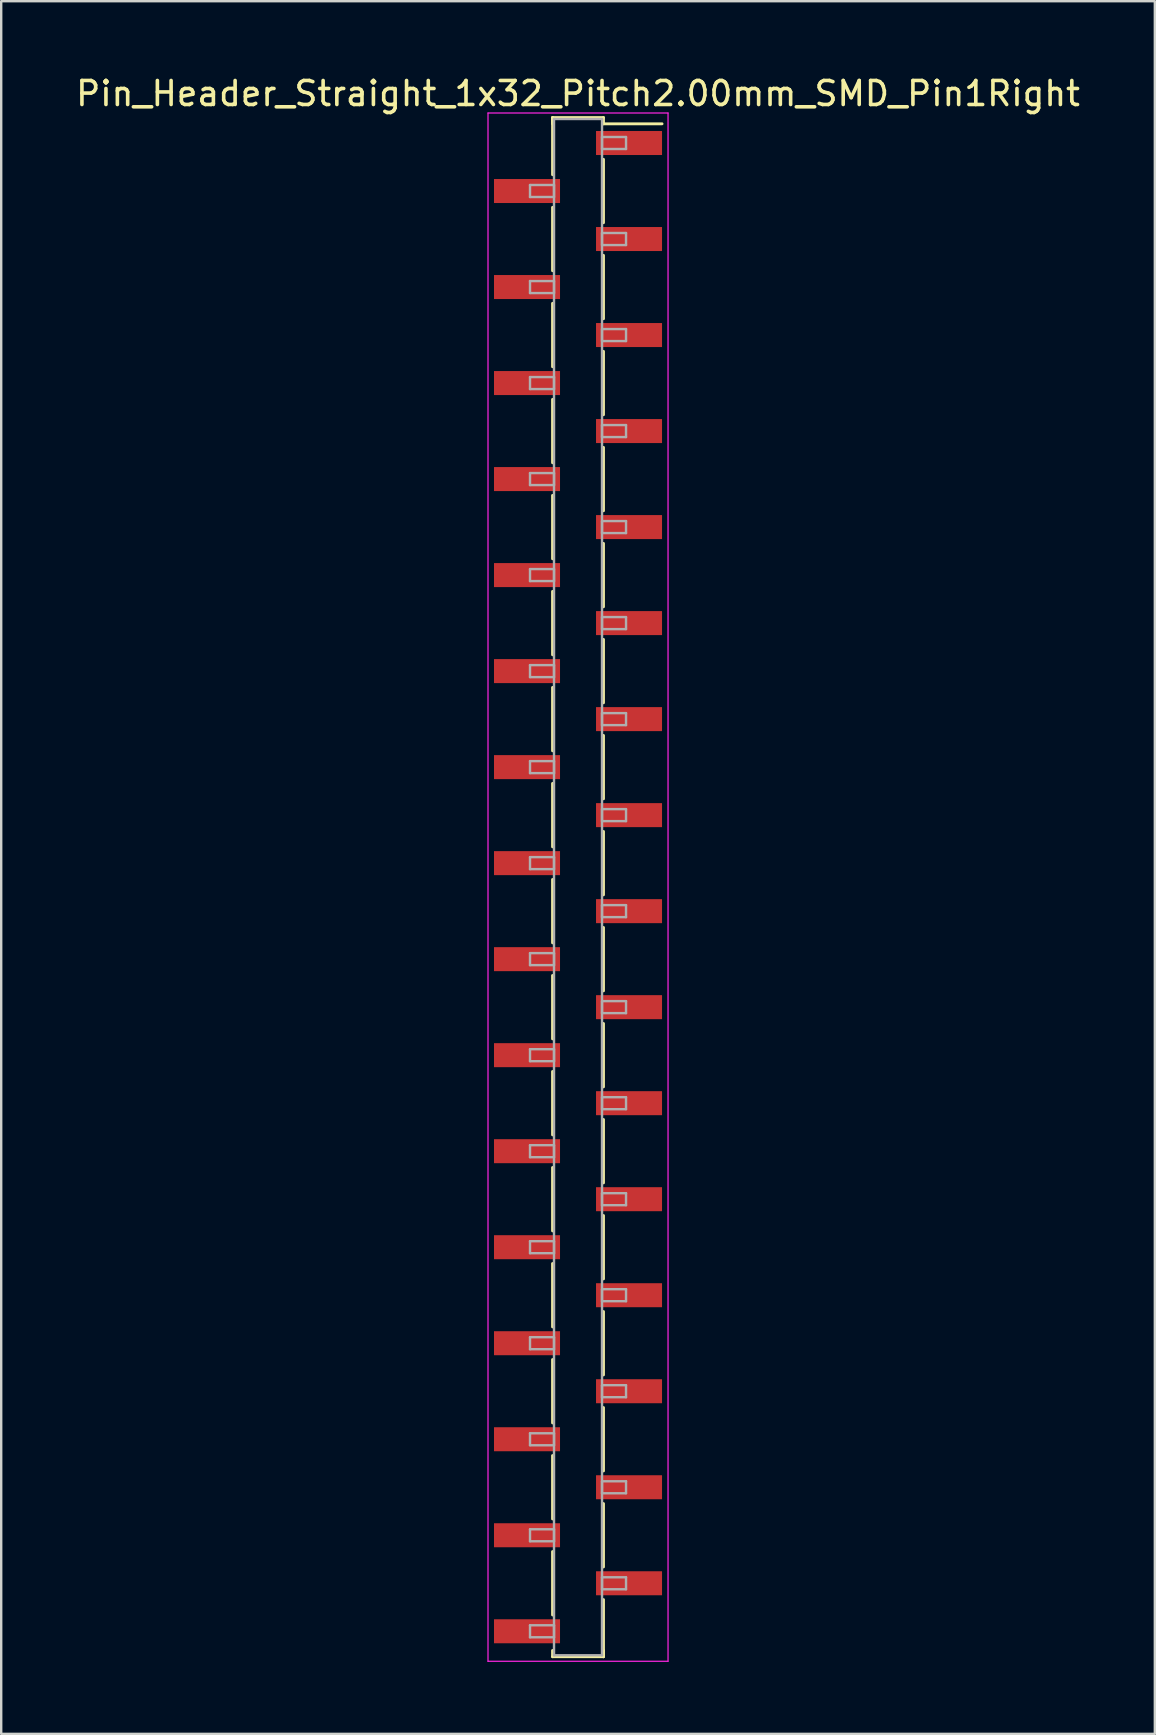
<source format=kicad_pcb>
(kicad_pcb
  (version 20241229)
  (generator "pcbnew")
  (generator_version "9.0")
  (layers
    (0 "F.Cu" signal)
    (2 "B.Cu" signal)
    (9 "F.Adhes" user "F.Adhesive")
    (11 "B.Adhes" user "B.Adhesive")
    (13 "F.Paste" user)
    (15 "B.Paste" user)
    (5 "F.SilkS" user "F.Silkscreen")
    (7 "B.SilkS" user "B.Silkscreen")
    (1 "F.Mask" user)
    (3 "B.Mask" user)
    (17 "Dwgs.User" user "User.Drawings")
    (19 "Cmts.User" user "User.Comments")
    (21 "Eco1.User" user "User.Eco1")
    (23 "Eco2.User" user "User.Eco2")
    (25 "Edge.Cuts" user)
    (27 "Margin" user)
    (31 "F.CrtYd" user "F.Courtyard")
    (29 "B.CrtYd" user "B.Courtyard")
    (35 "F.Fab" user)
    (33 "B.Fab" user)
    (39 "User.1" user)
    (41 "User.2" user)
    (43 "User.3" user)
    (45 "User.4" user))
  (footprint "Pin_Header_Straight_1x32_Pitch2.00mm_SMD_Pin1Right"
    (layer "F.Cu")
    (at 21.03 33.908)
    (property "Reference" "Pin_Header_Straight_1x32_Pitch2.00mm_SMD_Pin1Right" (at 0 -33.06 0) (layer "F.SilkS") (effects (font (size 1 1) (thickness 0.15))))
    (attr smd)
    (fp_line (start -1.06 -32.06) (end -1.06 -29.68) (stroke (width 0.12) (type solid)) (layer "F.SilkS"))
    (fp_line (start -1.06 -32.06) (end 1.06 -32.06) (stroke (width 0.12) (type solid)) (layer "F.SilkS"))
    (fp_line (start -1.06 -31.8) (end -1.06 -32.06) (stroke (width 0.12) (type solid)) (layer "F.SilkS"))
    (fp_line (start -1.06 -28.32) (end -1.06 -25.68) (stroke (width 0.12) (type solid)) (layer "F.SilkS"))
    (fp_line (start -1.06 -24.32) (end -1.06 -21.68) (stroke (width 0.12) (type solid)) (layer "F.SilkS"))
    (fp_line (start -1.06 -20.32) (end -1.06 -17.68) (stroke (width 0.12) (type solid)) (layer "F.SilkS"))
    (fp_line (start -1.06 -16.32) (end -1.06 -13.68) (stroke (width 0.12) (type solid)) (layer "F.SilkS"))
    (fp_line (start -1.06 -12.32) (end -1.06 -9.68) (stroke (width 0.12) (type solid)) (layer "F.SilkS"))
    (fp_line (start -1.06 -8.32) (end -1.06 -5.68) (stroke (width 0.12) (type solid)) (layer "F.SilkS"))
    (fp_line (start -1.06 -4.32) (end -1.06 -1.68) (stroke (width 0.12) (type solid)) (layer "F.SilkS"))
    (fp_line (start -1.06 -0.32) (end -1.06 2.32) (stroke (width 0.12) (type solid)) (layer "F.SilkS"))
    (fp_line (start -1.06 3.68) (end -1.06 6.32) (stroke (width 0.12) (type solid)) (layer "F.SilkS"))
    (fp_line (start -1.06 7.68) (end -1.06 10.32) (stroke (width 0.12) (type solid)) (layer "F.SilkS"))
    (fp_line (start -1.06 11.68) (end -1.06 14.32) (stroke (width 0.12) (type solid)) (layer "F.SilkS"))
    (fp_line (start -1.06 15.68) (end -1.06 18.32) (stroke (width 0.12) (type solid)) (layer "F.SilkS"))
    (fp_line (start -1.06 19.68) (end -1.06 22.32) (stroke (width 0.12) (type solid)) (layer "F.SilkS"))
    (fp_line (start -1.06 23.68) (end -1.06 26.32) (stroke (width 0.12) (type solid)) (layer "F.SilkS"))
    (fp_line (start -1.06 27.68) (end -1.06 30.32) (stroke (width 0.12) (type solid)) (layer "F.SilkS"))
    (fp_line (start -1.06 31.8) (end -1.06 32.06) (stroke (width 0.12) (type solid)) (layer "F.SilkS"))
    (fp_line (start -1.06 32.06) (end 1.06 32.06) (stroke (width 0.12) (type solid)) (layer "F.SilkS"))
    (fp_line (start 1.06 -32.06) (end 1.06 -31.8) (stroke (width 0.12) (type solid)) (layer "F.SilkS"))
    (fp_line (start 1.06 -31.8) (end 3.5 -31.8) (stroke (width 0.12) (type solid)) (layer "F.SilkS"))
    (fp_line (start 1.06 -30.32) (end 1.06 -27.68) (stroke (width 0.12) (type solid)) (layer "F.SilkS"))
    (fp_line (start 1.06 -26.32) (end 1.06 -23.68) (stroke (width 0.12) (type solid)) (layer "F.SilkS"))
    (fp_line (start 1.06 -22.32) (end 1.06 -19.68) (stroke (width 0.12) (type solid)) (layer "F.SilkS"))
    (fp_line (start 1.06 -18.32) (end 1.06 -15.68) (stroke (width 0.12) (type solid)) (layer "F.SilkS"))
    (fp_line (start 1.06 -14.32) (end 1.06 -11.68) (stroke (width 0.12) (type solid)) (layer "F.SilkS"))
    (fp_line (start 1.06 -10.32) (end 1.06 -7.68) (stroke (width 0.12) (type solid)) (layer "F.SilkS"))
    (fp_line (start 1.06 -6.32) (end 1.06 -3.68) (stroke (width 0.12) (type solid)) (layer "F.SilkS"))
    (fp_line (start 1.06 -2.32) (end 1.06 0.32) (stroke (width 0.12) (type solid)) (layer "F.SilkS"))
    (fp_line (start 1.06 1.68) (end 1.06 4.32) (stroke (width 0.12) (type solid)) (layer "F.SilkS"))
    (fp_line (start 1.06 5.68) (end 1.06 8.32) (stroke (width 0.12) (type solid)) (layer "F.SilkS"))
    (fp_line (start 1.06 9.68) (end 1.06 12.32) (stroke (width 0.12) (type solid)) (layer "F.SilkS"))
    (fp_line (start 1.06 13.68) (end 1.06 16.32) (stroke (width 0.12) (type solid)) (layer "F.SilkS"))
    (fp_line (start 1.06 17.68) (end 1.06 20.32) (stroke (width 0.12) (type solid)) (layer "F.SilkS"))
    (fp_line (start 1.06 21.68) (end 1.06 24.32) (stroke (width 0.12) (type solid)) (layer "F.SilkS"))
    (fp_line (start 1.06 25.68) (end 1.06 28.32) (stroke (width 0.12) (type solid)) (layer "F.SilkS"))
    (fp_line (start 1.06 29.68) (end 1.06 32.06) (stroke (width 0.12) (type solid)) (layer "F.SilkS"))
    (fp_line (start 1.06 32.06) (end 1.06 31.8) (stroke (width 0.12) (type solid)) (layer "F.SilkS"))
    (fp_line (start -3.75 -32.25) (end -3.75 32.25) (stroke (width 0.05) (type solid)) (layer "F.CrtYd"))
    (fp_line (start -3.75 32.25) (end 3.75 32.25) (stroke (width 0.05) (type solid)) (layer "F.CrtYd"))
    (fp_line (start 3.75 -32.25) (end -3.75 -32.25) (stroke (width 0.05) (type solid)) (layer "F.CrtYd"))
    (fp_line (start 3.75 32.25) (end 3.75 -32.25) (stroke (width 0.05) (type solid)) (layer "F.CrtYd"))
    (fp_line (start -2 -29.25) (end -1 -29.25) (stroke (width 0.1) (type solid)) (layer "F.Fab"))
    (fp_line (start -2 -28.75) (end -2 -29.25) (stroke (width 0.1) (type solid)) (layer "F.Fab"))
    (fp_line (start -2 -25.25) (end -1 -25.25) (stroke (width 0.1) (type solid)) (layer "F.Fab"))
    (fp_line (start -2 -24.75) (end -2 -25.25) (stroke (width 0.1) (type solid)) (layer "F.Fab"))
    (fp_line (start -2 -21.25) (end -1 -21.25) (stroke (width 0.1) (type solid)) (layer "F.Fab"))
    (fp_line (start -2 -20.75) (end -2 -21.25) (stroke (width 0.1) (type solid)) (layer "F.Fab"))
    (fp_line (start -2 -17.25) (end -1 -17.25) (stroke (width 0.1) (type solid)) (layer "F.Fab"))
    (fp_line (start -2 -16.75) (end -2 -17.25) (stroke (width 0.1) (type solid)) (layer "F.Fab"))
    (fp_line (start -2 -13.25) (end -1 -13.25) (stroke (width 0.1) (type solid)) (layer "F.Fab"))
    (fp_line (start -2 -12.75) (end -2 -13.25) (stroke (width 0.1) (type solid)) (layer "F.Fab"))
    (fp_line (start -2 -9.25) (end -1 -9.25) (stroke (width 0.1) (type solid)) (layer "F.Fab"))
    (fp_line (start -2 -8.75) (end -2 -9.25) (stroke (width 0.1) (type solid)) (layer "F.Fab"))
    (fp_line (start -2 -5.25) (end -1 -5.25) (stroke (width 0.1) (type solid)) (layer "F.Fab"))
    (fp_line (start -2 -4.75) (end -2 -5.25) (stroke (width 0.1) (type solid)) (layer "F.Fab"))
    (fp_line (start -2 -1.25) (end -1 -1.25) (stroke (width 0.1) (type solid)) (layer "F.Fab"))
    (fp_line (start -2 -0.75) (end -2 -1.25) (stroke (width 0.1) (type solid)) (layer "F.Fab"))
    (fp_line (start -2 2.75) (end -1 2.75) (stroke (width 0.1) (type solid)) (layer "F.Fab"))
    (fp_line (start -2 3.25) (end -2 2.75) (stroke (width 0.1) (type solid)) (layer "F.Fab"))
    (fp_line (start -2 6.75) (end -1 6.75) (stroke (width 0.1) (type solid)) (layer "F.Fab"))
    (fp_line (start -2 7.25) (end -2 6.75) (stroke (width 0.1) (type solid)) (layer "F.Fab"))
    (fp_line (start -2 10.75) (end -1 10.75) (stroke (width 0.1) (type solid)) (layer "F.Fab"))
    (fp_line (start -2 11.25) (end -2 10.75) (stroke (width 0.1) (type solid)) (layer "F.Fab"))
    (fp_line (start -2 14.75) (end -1 14.75) (stroke (width 0.1) (type solid)) (layer "F.Fab"))
    (fp_line (start -2 15.25) (end -2 14.75) (stroke (width 0.1) (type solid)) (layer "F.Fab"))
    (fp_line (start -2 18.75) (end -1 18.75) (stroke (width 0.1) (type solid)) (layer "F.Fab"))
    (fp_line (start -2 19.25) (end -2 18.75) (stroke (width 0.1) (type solid)) (layer "F.Fab"))
    (fp_line (start -2 22.75) (end -1 22.75) (stroke (width 0.1) (type solid)) (layer "F.Fab"))
    (fp_line (start -2 23.25) (end -2 22.75) (stroke (width 0.1) (type solid)) (layer "F.Fab"))
    (fp_line (start -2 26.75) (end -1 26.75) (stroke (width 0.1) (type solid)) (layer "F.Fab"))
    (fp_line (start -2 27.25) (end -2 26.75) (stroke (width 0.1) (type solid)) (layer "F.Fab"))
    (fp_line (start -2 30.75) (end -1 30.75) (stroke (width 0.1) (type solid)) (layer "F.Fab"))
    (fp_line (start -2 31.25) (end -2 30.75) (stroke (width 0.1) (type solid)) (layer "F.Fab"))
    (fp_line (start -1 -32) (end -1 32) (stroke (width 0.1) (type solid)) (layer "F.Fab"))
    (fp_line (start -1 -29.25) (end -1 -28.75) (stroke (width 0.1) (type solid)) (layer "F.Fab"))
    (fp_line (start -1 -28.75) (end -2 -28.75) (stroke (width 0.1) (type solid)) (layer "F.Fab"))
    (fp_line (start -1 -25.25) (end -1 -24.75) (stroke (width 0.1) (type solid)) (layer "F.Fab"))
    (fp_line (start -1 -24.75) (end -2 -24.75) (stroke (width 0.1) (type solid)) (layer "F.Fab"))
    (fp_line (start -1 -21.25) (end -1 -20.75) (stroke (width 0.1) (type solid)) (layer "F.Fab"))
    (fp_line (start -1 -20.75) (end -2 -20.75) (stroke (width 0.1) (type solid)) (layer "F.Fab"))
    (fp_line (start -1 -17.25) (end -1 -16.75) (stroke (width 0.1) (type solid)) (layer "F.Fab"))
    (fp_line (start -1 -16.75) (end -2 -16.75) (stroke (width 0.1) (type solid)) (layer "F.Fab"))
    (fp_line (start -1 -13.25) (end -1 -12.75) (stroke (width 0.1) (type solid)) (layer "F.Fab"))
    (fp_line (start -1 -12.75) (end -2 -12.75) (stroke (width 0.1) (type solid)) (layer "F.Fab"))
    (fp_line (start -1 -9.25) (end -1 -8.75) (stroke (width 0.1) (type solid)) (layer "F.Fab"))
    (fp_line (start -1 -8.75) (end -2 -8.75) (stroke (width 0.1) (type solid)) (layer "F.Fab"))
    (fp_line (start -1 -5.25) (end -1 -4.75) (stroke (width 0.1) (type solid)) (layer "F.Fab"))
    (fp_line (start -1 -4.75) (end -2 -4.75) (stroke (width 0.1) (type solid)) (layer "F.Fab"))
    (fp_line (start -1 -1.25) (end -1 -0.75) (stroke (width 0.1) (type solid)) (layer "F.Fab"))
    (fp_line (start -1 -0.75) (end -2 -0.75) (stroke (width 0.1) (type solid)) (layer "F.Fab"))
    (fp_line (start -1 2.75) (end -1 3.25) (stroke (width 0.1) (type solid)) (layer "F.Fab"))
    (fp_line (start -1 3.25) (end -2 3.25) (stroke (width 0.1) (type solid)) (layer "F.Fab"))
    (fp_line (start -1 6.75) (end -1 7.25) (stroke (width 0.1) (type solid)) (layer "F.Fab"))
    (fp_line (start -1 7.25) (end -2 7.25) (stroke (width 0.1) (type solid)) (layer "F.Fab"))
    (fp_line (start -1 10.75) (end -1 11.25) (stroke (width 0.1) (type solid)) (layer "F.Fab"))
    (fp_line (start -1 11.25) (end -2 11.25) (stroke (width 0.1) (type solid)) (layer "F.Fab"))
    (fp_line (start -1 14.75) (end -1 15.25) (stroke (width 0.1) (type solid)) (layer "F.Fab"))
    (fp_line (start -1 15.25) (end -2 15.25) (stroke (width 0.1) (type solid)) (layer "F.Fab"))
    (fp_line (start -1 18.75) (end -1 19.25) (stroke (width 0.1) (type solid)) (layer "F.Fab"))
    (fp_line (start -1 19.25) (end -2 19.25) (stroke (width 0.1) (type solid)) (layer "F.Fab"))
    (fp_line (start -1 22.75) (end -1 23.25) (stroke (width 0.1) (type solid)) (layer "F.Fab"))
    (fp_line (start -1 23.25) (end -2 23.25) (stroke (width 0.1) (type solid)) (layer "F.Fab"))
    (fp_line (start -1 26.75) (end -1 27.25) (stroke (width 0.1) (type solid)) (layer "F.Fab"))
    (fp_line (start -1 27.25) (end -2 27.25) (stroke (width 0.1) (type solid)) (layer "F.Fab"))
    (fp_line (start -1 30.75) (end -1 31.25) (stroke (width 0.1) (type solid)) (layer "F.Fab"))
    (fp_line (start -1 31.25) (end -2 31.25) (stroke (width 0.1) (type solid)) (layer "F.Fab"))
    (fp_line (start -1 32) (end 1 32) (stroke (width 0.1) (type solid)) (layer "F.Fab"))
    (fp_line (start 1 -32) (end -1 -32) (stroke (width 0.1) (type solid)) (layer "F.Fab"))
    (fp_line (start 1 -31.25) (end 1 -30.75) (stroke (width 0.1) (type solid)) (layer "F.Fab"))
    (fp_line (start 1 -30.75) (end 2 -30.75) (stroke (width 0.1) (type solid)) (layer "F.Fab"))
    (fp_line (start 1 -27.25) (end 1 -26.75) (stroke (width 0.1) (type solid)) (layer "F.Fab"))
    (fp_line (start 1 -26.75) (end 2 -26.75) (stroke (width 0.1) (type solid)) (layer "F.Fab"))
    (fp_line (start 1 -23.25) (end 1 -22.75) (stroke (width 0.1) (type solid)) (layer "F.Fab"))
    (fp_line (start 1 -22.75) (end 2 -22.75) (stroke (width 0.1) (type solid)) (layer "F.Fab"))
    (fp_line (start 1 -19.25) (end 1 -18.75) (stroke (width 0.1) (type solid)) (layer "F.Fab"))
    (fp_line (start 1 -18.75) (end 2 -18.75) (stroke (width 0.1) (type solid)) (layer "F.Fab"))
    (fp_line (start 1 -15.25) (end 1 -14.75) (stroke (width 0.1) (type solid)) (layer "F.Fab"))
    (fp_line (start 1 -14.75) (end 2 -14.75) (stroke (width 0.1) (type solid)) (layer "F.Fab"))
    (fp_line (start 1 -11.25) (end 1 -10.75) (stroke (width 0.1) (type solid)) (layer "F.Fab"))
    (fp_line (start 1 -10.75) (end 2 -10.75) (stroke (width 0.1) (type solid)) (layer "F.Fab"))
    (fp_line (start 1 -7.25) (end 1 -6.75) (stroke (width 0.1) (type solid)) (layer "F.Fab"))
    (fp_line (start 1 -6.75) (end 2 -6.75) (stroke (width 0.1) (type solid)) (layer "F.Fab"))
    (fp_line (start 1 -3.25) (end 1 -2.75) (stroke (width 0.1) (type solid)) (layer "F.Fab"))
    (fp_line (start 1 -2.75) (end 2 -2.75) (stroke (width 0.1) (type solid)) (layer "F.Fab"))
    (fp_line (start 1 0.75) (end 1 1.25) (stroke (width 0.1) (type solid)) (layer "F.Fab"))
    (fp_line (start 1 1.25) (end 2 1.25) (stroke (width 0.1) (type solid)) (layer "F.Fab"))
    (fp_line (start 1 4.75) (end 1 5.25) (stroke (width 0.1) (type solid)) (layer "F.Fab"))
    (fp_line (start 1 5.25) (end 2 5.25) (stroke (width 0.1) (type solid)) (layer "F.Fab"))
    (fp_line (start 1 8.75) (end 1 9.25) (stroke (width 0.1) (type solid)) (layer "F.Fab"))
    (fp_line (start 1 9.25) (end 2 9.25) (stroke (width 0.1) (type solid)) (layer "F.Fab"))
    (fp_line (start 1 12.75) (end 1 13.25) (stroke (width 0.1) (type solid)) (layer "F.Fab"))
    (fp_line (start 1 13.25) (end 2 13.25) (stroke (width 0.1) (type solid)) (layer "F.Fab"))
    (fp_line (start 1 16.75) (end 1 17.25) (stroke (width 0.1) (type solid)) (layer "F.Fab"))
    (fp_line (start 1 17.25) (end 2 17.25) (stroke (width 0.1) (type solid)) (layer "F.Fab"))
    (fp_line (start 1 20.75) (end 1 21.25) (stroke (width 0.1) (type solid)) (layer "F.Fab"))
    (fp_line (start 1 21.25) (end 2 21.25) (stroke (width 0.1) (type solid)) (layer "F.Fab"))
    (fp_line (start 1 24.75) (end 1 25.25) (stroke (width 0.1) (type solid)) (layer "F.Fab"))
    (fp_line (start 1 25.25) (end 2 25.25) (stroke (width 0.1) (type solid)) (layer "F.Fab"))
    (fp_line (start 1 28.75) (end 1 29.25) (stroke (width 0.1) (type solid)) (layer "F.Fab"))
    (fp_line (start 1 29.25) (end 2 29.25) (stroke (width 0.1) (type solid)) (layer "F.Fab"))
    (fp_line (start 1 32) (end 1 -32) (stroke (width 0.1) (type solid)) (layer "F.Fab"))
    (fp_line (start 2 -31.25) (end 1 -31.25) (stroke (width 0.1) (type solid)) (layer "F.Fab"))
    (fp_line (start 2 -30.75) (end 2 -31.25) (stroke (width 0.1) (type solid)) (layer "F.Fab"))
    (fp_line (start 2 -27.25) (end 1 -27.25) (stroke (width 0.1) (type solid)) (layer "F.Fab"))
    (fp_line (start 2 -26.75) (end 2 -27.25) (stroke (width 0.1) (type solid)) (layer "F.Fab"))
    (fp_line (start 2 -23.25) (end 1 -23.25) (stroke (width 0.1) (type solid)) (layer "F.Fab"))
    (fp_line (start 2 -22.75) (end 2 -23.25) (stroke (width 0.1) (type solid)) (layer "F.Fab"))
    (fp_line (start 2 -19.25) (end 1 -19.25) (stroke (width 0.1) (type solid)) (layer "F.Fab"))
    (fp_line (start 2 -18.75) (end 2 -19.25) (stroke (width 0.1) (type solid)) (layer "F.Fab"))
    (fp_line (start 2 -15.25) (end 1 -15.25) (stroke (width 0.1) (type solid)) (layer "F.Fab"))
    (fp_line (start 2 -14.75) (end 2 -15.25) (stroke (width 0.1) (type solid)) (layer "F.Fab"))
    (fp_line (start 2 -11.25) (end 1 -11.25) (stroke (width 0.1) (type solid)) (layer "F.Fab"))
    (fp_line (start 2 -10.75) (end 2 -11.25) (stroke (width 0.1) (type solid)) (layer "F.Fab"))
    (fp_line (start 2 -7.25) (end 1 -7.25) (stroke (width 0.1) (type solid)) (layer "F.Fab"))
    (fp_line (start 2 -6.75) (end 2 -7.25) (stroke (width 0.1) (type solid)) (layer "F.Fab"))
    (fp_line (start 2 -3.25) (end 1 -3.25) (stroke (width 0.1) (type solid)) (layer "F.Fab"))
    (fp_line (start 2 -2.75) (end 2 -3.25) (stroke (width 0.1) (type solid)) (layer "F.Fab"))
    (fp_line (start 2 0.75) (end 1 0.75) (stroke (width 0.1) (type solid)) (layer "F.Fab"))
    (fp_line (start 2 1.25) (end 2 0.75) (stroke (width 0.1) (type solid)) (layer "F.Fab"))
    (fp_line (start 2 4.75) (end 1 4.75) (stroke (width 0.1) (type solid)) (layer "F.Fab"))
    (fp_line (start 2 5.25) (end 2 4.75) (stroke (width 0.1) (type solid)) (layer "F.Fab"))
    (fp_line (start 2 8.75) (end 1 8.75) (stroke (width 0.1) (type solid)) (layer "F.Fab"))
    (fp_line (start 2 9.25) (end 2 8.75) (stroke (width 0.1) (type solid)) (layer "F.Fab"))
    (fp_line (start 2 12.75) (end 1 12.75) (stroke (width 0.1) (type solid)) (layer "F.Fab"))
    (fp_line (start 2 13.25) (end 2 12.75) (stroke (width 0.1) (type solid)) (layer "F.Fab"))
    (fp_line (start 2 16.75) (end 1 16.75) (stroke (width 0.1) (type solid)) (layer "F.Fab"))
    (fp_line (start 2 17.25) (end 2 16.75) (stroke (width 0.1) (type solid)) (layer "F.Fab"))
    (fp_line (start 2 20.75) (end 1 20.75) (stroke (width 0.1) (type solid)) (layer "F.Fab"))
    (fp_line (start 2 21.25) (end 2 20.75) (stroke (width 0.1) (type solid)) (layer "F.Fab"))
    (fp_line (start 2 24.75) (end 1 24.75) (stroke (width 0.1) (type solid)) (layer "F.Fab"))
    (fp_line (start 2 25.25) (end 2 24.75) (stroke (width 0.1) (type solid)) (layer "F.Fab"))
    (fp_line (start 2 28.75) (end 1 28.75) (stroke (width 0.1) (type solid)) (layer "F.Fab"))
    (fp_line (start 2 29.25) (end 2 28.75) (stroke (width 0.1) (type solid)) (layer "F.Fab"))
    (pad "1" smd rect (at 2.125 -31) (size 2.75 1) (layers "F.Cu" "F.Mask"))
    (pad "2" smd rect (at -2.125 -29) (size 2.75 1) (layers "F.Cu" "F.Mask"))
    (pad "3" smd rect (at 2.125 -27) (size 2.75 1) (layers "F.Cu" "F.Mask"))
    (pad "4" smd rect (at -2.125 -25) (size 2.75 1) (layers "F.Cu" "F.Mask"))
    (pad "5" smd rect (at 2.125 -23) (size 2.75 1) (layers "F.Cu" "F.Mask"))
    (pad "6" smd rect (at -2.125 -21) (size 2.75 1) (layers "F.Cu" "F.Mask"))
    (pad "7" smd rect (at 2.125 -19) (size 2.75 1) (layers "F.Cu" "F.Mask"))
    (pad "8" smd rect (at -2.125 -17) (size 2.75 1) (layers "F.Cu" "F.Mask"))
    (pad "9" smd rect (at 2.125 -15) (size 2.75 1) (layers "F.Cu" "F.Mask"))
    (pad "10" smd rect (at -2.125 -13) (size 2.75 1) (layers "F.Cu" "F.Mask"))
    (pad "11" smd rect (at 2.125 -11) (size 2.75 1) (layers "F.Cu" "F.Mask"))
    (pad "12" smd rect (at -2.125 -9) (size 2.75 1) (layers "F.Cu" "F.Mask"))
    (pad "13" smd rect (at 2.125 -7) (size 2.75 1) (layers "F.Cu" "F.Mask"))
    (pad "14" smd rect (at -2.125 -5) (size 2.75 1) (layers "F.Cu" "F.Mask"))
    (pad "15" smd rect (at 2.125 -3) (size 2.75 1) (layers "F.Cu" "F.Mask"))
    (pad "16" smd rect (at -2.125 -1) (size 2.75 1) (layers "F.Cu" "F.Mask"))
    (pad "17" smd rect (at 2.125 1) (size 2.75 1) (layers "F.Cu" "F.Mask"))
    (pad "18" smd rect (at -2.125 3) (size 2.75 1) (layers "F.Cu" "F.Mask"))
    (pad "19" smd rect (at 2.125 5) (size 2.75 1) (layers "F.Cu" "F.Mask"))
    (pad "20" smd rect (at -2.125 7) (size 2.75 1) (layers "F.Cu" "F.Mask"))
    (pad "21" smd rect (at 2.125 9) (size 2.75 1) (layers "F.Cu" "F.Mask"))
    (pad "22" smd rect (at -2.125 11) (size 2.75 1) (layers "F.Cu" "F.Mask"))
    (pad "23" smd rect (at 2.125 13) (size 2.75 1) (layers "F.Cu" "F.Mask"))
    (pad "24" smd rect (at -2.125 15) (size 2.75 1) (layers "F.Cu" "F.Mask"))
    (pad "25" smd rect (at 2.125 17) (size 2.75 1) (layers "F.Cu" "F.Mask"))
    (pad "26" smd rect (at -2.125 19) (size 2.75 1) (layers "F.Cu" "F.Mask"))
    (pad "27" smd rect (at 2.125 21) (size 2.75 1) (layers "F.Cu" "F.Mask"))
    (pad "28" smd rect (at -2.125 23) (size 2.75 1) (layers "F.Cu" "F.Mask"))
    (pad "29" smd rect (at 2.125 25) (size 2.75 1) (layers "F.Cu" "F.Mask"))
    (pad "30" smd rect (at -2.125 27) (size 2.75 1) (layers "F.Cu" "F.Mask"))
    (pad "31" smd rect (at 2.125 29) (size 2.75 1) (layers "F.Cu" "F.Mask"))
    (pad "32" smd rect (at -2.125 31) (size 2.75 1) (layers "F.Cu" "F.Mask")))
  (gr_rect
    (start -3 -3)
    (end 45.06 69.183)
    (stroke (width 0.1) (type default))
    (fill no)
    (layer "Edge.Cuts")))
</source>
